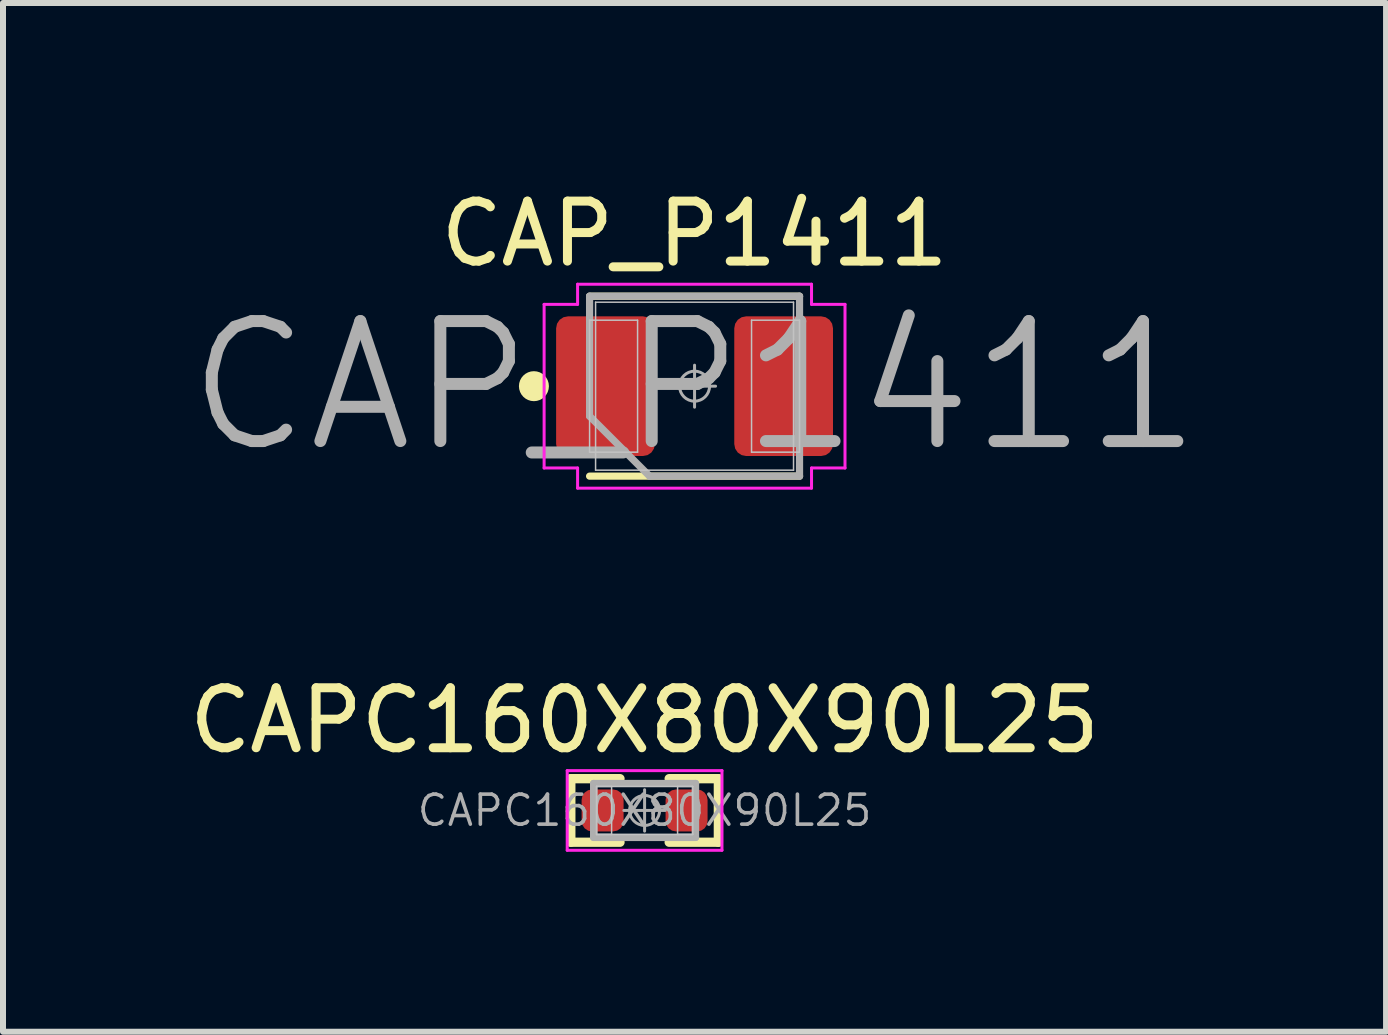
<source format=kicad_pcb>
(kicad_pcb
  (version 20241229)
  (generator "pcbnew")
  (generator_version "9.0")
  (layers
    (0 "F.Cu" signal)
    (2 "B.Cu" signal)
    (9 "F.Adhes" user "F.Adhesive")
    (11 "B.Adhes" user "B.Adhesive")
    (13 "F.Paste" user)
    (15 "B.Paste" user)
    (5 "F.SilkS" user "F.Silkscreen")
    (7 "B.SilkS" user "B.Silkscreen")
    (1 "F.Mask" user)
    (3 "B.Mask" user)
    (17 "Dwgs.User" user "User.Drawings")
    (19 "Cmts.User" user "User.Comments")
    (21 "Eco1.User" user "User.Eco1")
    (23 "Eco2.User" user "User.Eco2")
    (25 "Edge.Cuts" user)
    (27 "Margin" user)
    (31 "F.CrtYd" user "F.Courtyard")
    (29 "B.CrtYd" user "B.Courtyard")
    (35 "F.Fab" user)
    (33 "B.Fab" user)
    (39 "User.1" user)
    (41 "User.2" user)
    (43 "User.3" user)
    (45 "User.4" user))
  (footprint "CAPC160X80X90L25"
    (layer "F.Cu")
    (at 7.696 10.461)
    (property "Reference" "CAPC160X80X90L25" (at 0 -1.5 0) (layer "F.SilkS") (effects (font (size 1 1) (thickness 0.15))))
    (attr smd)
    (fp_line (start -1.23 -0.53) (end -0.41 -0.53) (stroke (width 0.155) (type solid)) (layer "F.SilkS"))
    (fp_line (start -1.23 0.53) (end -1.23 -0.53) (stroke (width 0.155) (type solid)) (layer "F.SilkS"))
    (fp_line (start -0.41 0.53) (end -1.23 0.53) (stroke (width 0.155) (type solid)) (layer "F.SilkS"))
    (fp_line (start 0.41 0.53) (end 1.23 0.53) (stroke (width 0.155) (type solid)) (layer "F.SilkS"))
    (fp_line (start 1.23 -0.53) (end 0.41 -0.53) (stroke (width 0.155) (type solid)) (layer "F.SilkS"))
    (fp_line (start 1.23 0.53) (end 1.23 -0.53) (stroke (width 0.155) (type solid)) (layer "F.SilkS"))
    (fp_line (start -0.8 -0.4) (end -0.55 -0.4) (stroke (width 0.025) (type solid)) (layer "Dwgs.User"))
    (fp_line (start -0.8 -0.4) (end 0.8 -0.4) (stroke (width 0.025) (type solid)) (layer "Dwgs.User"))
    (fp_line (start -0.8 0.4) (end -0.8 -0.4) (stroke (width 0.025) (type solid)) (layer "Dwgs.User"))
    (fp_line (start -0.8 0.4) (end -0.8 -0.4) (stroke (width 0.025) (type solid)) (layer "Dwgs.User"))
    (fp_line (start -0.55 -0.4) (end -0.55 0.4) (stroke (width 0.025) (type solid)) (layer "Dwgs.User"))
    (fp_line (start -0.55 0.4) (end -0.8 0.4) (stroke (width 0.025) (type solid)) (layer "Dwgs.User"))
    (fp_line (start 0.55 -0.4) (end 0.8 -0.4) (stroke (width 0.025) (type solid)) (layer "Dwgs.User"))
    (fp_line (start 0.55 0.4) (end 0.55 -0.4) (stroke (width 0.025) (type solid)) (layer "Dwgs.User"))
    (fp_line (start 0.8 -0.4) (end 0.8 0.4) (stroke (width 0.025) (type solid)) (layer "Dwgs.User"))
    (fp_line (start 0.8 -0.4) (end 0.8 0.4) (stroke (width 0.025) (type solid)) (layer "Dwgs.User"))
    (fp_line (start 0.8 0.4) (end -0.8 0.4) (stroke (width 0.025) (type solid)) (layer "Dwgs.User"))
    (fp_line (start 0.8 0.4) (end 0.55 0.4) (stroke (width 0.025) (type solid)) (layer "Dwgs.User"))
    (fp_line (start -1.29 -0.664) (end 1.29 -0.664) (stroke (width 0.05) (type solid)) (layer "F.CrtYd"))
    (fp_line (start -1.29 0.664) (end -1.29 -0.664) (stroke (width 0.05) (type solid)) (layer "F.CrtYd"))
    (fp_line (start 1.29 -0.664) (end 1.29 0.664) (stroke (width 0.05) (type solid)) (layer "F.CrtYd"))
    (fp_line (start 1.29 0.664) (end -1.29 0.664) (stroke (width 0.05) (type solid)) (layer "F.CrtYd"))
    (fp_line (start -0.85 -0.45) (end 0.85 -0.45) (stroke (width 0.12) (type solid)) (layer "F.Fab"))
    (fp_line (start -0.85 0.45) (end -0.85 -0.45) (stroke (width 0.12) (type solid)) (layer "F.Fab"))
    (fp_line (start 0 -0.345) (end 0 0.345) (stroke (width 0.05) (type solid)) (layer "F.Fab"))
    (fp_line (start 0.345 0) (end -0.345 0) (stroke (width 0.05) (type solid)) (layer "F.Fab"))
    (fp_line (start 0.85 -0.45) (end 0.85 0.45) (stroke (width 0.12) (type solid)) (layer "F.Fab"))
    (fp_line (start 0.85 0.45) (end -0.85 0.45) (stroke (width 0.12) (type solid)) (layer "F.Fab"))
    (fp_circle (center 0 0) (end 0.25 0) (stroke (width 0.05) (type solid)) (fill no) (layer "F.Fab"))
    (fp_text user "${REFERENCE}" (at 0 0 0) (layer "F.Fab") (effects (font (size 0.5 0.5) (thickness 0.06))))
    (pad "1" smd roundrect (at -0.7 0) (size 0.7 0.7) (layers "F.Cu" "F.Mask" "F.Paste") (roundrect_rratio 0.25))
    (pad "2" smd roundrect (at 0.7 0) (size 0.7 0.7) (layers "F.Cu" "F.Mask" "F.Paste") (roundrect_rratio 0.25)))
  (footprint "CAP_P1411"
    (layer "F.Cu")
    (at 8.529 3.388)
    (property "Reference" "CAP_P1411" (at 0 -2.54 0) (layer "F.SilkS") (effects (font (size 1 1) (thickness 0.15))))
    (attr smd)
    (fp_line (start -1.75 -1.5) (end 1.75 -1.5) (stroke (width 0.12) (type solid)) (layer "F.SilkS"))
    (fp_line (start -1.75 1.5) (end 1.75 1.5) (stroke (width 0.12) (type solid)) (layer "F.SilkS"))
    (fp_circle (center -2.678 0) (end -2.678 0.125) (stroke (width 0.25) (type solid)) (fill no) (layer "F.SilkS"))
    (fp_line (start -1.75 -1.1) (end -0.95 -1.1) (stroke (width 0.025) (type solid)) (layer "Dwgs.User"))
    (fp_line (start -1.75 1.1) (end -1.75 -1.1) (stroke (width 0.025) (type solid)) (layer "Dwgs.User"))
    (fp_line (start -1.65 -1.4) (end 1.65 -1.4) (stroke (width 0.025) (type solid)) (layer "Dwgs.User"))
    (fp_line (start -1.65 1.4) (end -1.65 -1.4) (stroke (width 0.025) (type solid)) (layer "Dwgs.User"))
    (fp_line (start -0.95 -1.1) (end -0.95 1.1) (stroke (width 0.025) (type solid)) (layer "Dwgs.User"))
    (fp_line (start -0.95 1.1) (end -1.75 1.1) (stroke (width 0.025) (type solid)) (layer "Dwgs.User"))
    (fp_line (start 0.95 -1.1) (end 1.75 -1.1) (stroke (width 0.025) (type solid)) (layer "Dwgs.User"))
    (fp_line (start 0.95 1.1) (end 0.95 -1.1) (stroke (width 0.025) (type solid)) (layer "Dwgs.User"))
    (fp_line (start 1.65 -1.4) (end 1.65 1.4) (stroke (width 0.025) (type solid)) (layer "Dwgs.User"))
    (fp_line (start 1.65 1.4) (end -1.65 1.4) (stroke (width 0.025) (type solid)) (layer "Dwgs.User"))
    (fp_line (start 1.75 -1.1) (end 1.75 1.1) (stroke (width 0.025) (type solid)) (layer "Dwgs.User"))
    (fp_line (start 1.75 1.1) (end 0.95 1.1) (stroke (width 0.025) (type solid)) (layer "Dwgs.User"))
    (fp_line (start -2.508 -1.364) (end -2.508 1.364) (stroke (width 0.05) (type solid)) (layer "F.CrtYd"))
    (fp_line (start -2.508 1.364) (end -1.95 1.364) (stroke (width 0.05) (type solid)) (layer "F.CrtYd"))
    (fp_line (start -1.95 -1.7) (end -1.95 -1.364) (stroke (width 0.05) (type solid)) (layer "F.CrtYd"))
    (fp_line (start -1.95 -1.364) (end -2.508 -1.364) (stroke (width 0.05) (type solid)) (layer "F.CrtYd"))
    (fp_line (start -1.95 1.364) (end -1.95 1.7) (stroke (width 0.05) (type solid)) (layer "F.CrtYd"))
    (fp_line (start -1.95 1.7) (end 1.95 1.7) (stroke (width 0.05) (type solid)) (layer "F.CrtYd"))
    (fp_line (start 1.95 -1.7) (end -1.95 -1.7) (stroke (width 0.05) (type solid)) (layer "F.CrtYd"))
    (fp_line (start 1.95 -1.364) (end 1.95 -1.7) (stroke (width 0.05) (type solid)) (layer "F.CrtYd"))
    (fp_line (start 1.95 1.364) (end 2.508 1.364) (stroke (width 0.05) (type solid)) (layer "F.CrtYd"))
    (fp_line (start 1.95 1.7) (end 1.95 1.364) (stroke (width 0.05) (type solid)) (layer "F.CrtYd"))
    (fp_line (start 2.508 -1.364) (end 1.95 -1.364) (stroke (width 0.05) (type solid)) (layer "F.CrtYd"))
    (fp_line (start 2.508 1.364) (end 2.508 -1.364) (stroke (width 0.05) (type solid)) (layer "F.CrtYd"))
    (fp_line (start -1.75 -1.5) (end -1.75 0.5) (stroke (width 0.12) (type solid)) (layer "F.Fab"))
    (fp_line (start -1.75 0.5) (end -0.75 1.5) (stroke (width 0.12) (type solid)) (layer "F.Fab"))
    (fp_line (start -0.75 1.5) (end 1.75 1.5) (stroke (width 0.12) (type solid)) (layer "F.Fab"))
    (fp_line (start 0 -0.35) (end 0 0.35) (stroke (width 0.05) (type solid)) (layer "F.Fab"))
    (fp_line (start 0.35 0) (end -0.35 0) (stroke (width 0.05) (type solid)) (layer "F.Fab"))
    (fp_line (start 1.75 -1.5) (end -1.75 -1.5) (stroke (width 0.12) (type solid)) (layer "F.Fab"))
    (fp_line (start 1.75 1.5) (end 1.75 -1.5) (stroke (width 0.12) (type solid)) (layer "F.Fab"))
    (fp_circle (center 0 0) (end 0.25 0) (stroke (width 0.05) (type solid)) (fill no) (layer "F.Fab"))
    (fp_text user "${REFERENCE}" (at 0 0 0) (layer "F.Fab") (effects (font (size 2 2) (thickness 0.2))))
    (pad "1" smd roundrect (at -1.485 0) (size 1.646 2.329) (layers "F.Cu" "F.Mask" "F.Paste") (roundrect_rratio 0.121))
    (pad "2" smd roundrect (at 1.485 0) (size 1.646 2.329) (layers "F.Cu" "F.Mask" "F.Paste") (roundrect_rratio 0.121)))
  (gr_rect
    (start -3 -3)
    (end 20.057 14.15)
    (stroke (width 0.1) (type default))
    (fill no)
    (layer "Edge.Cuts")))
</source>
